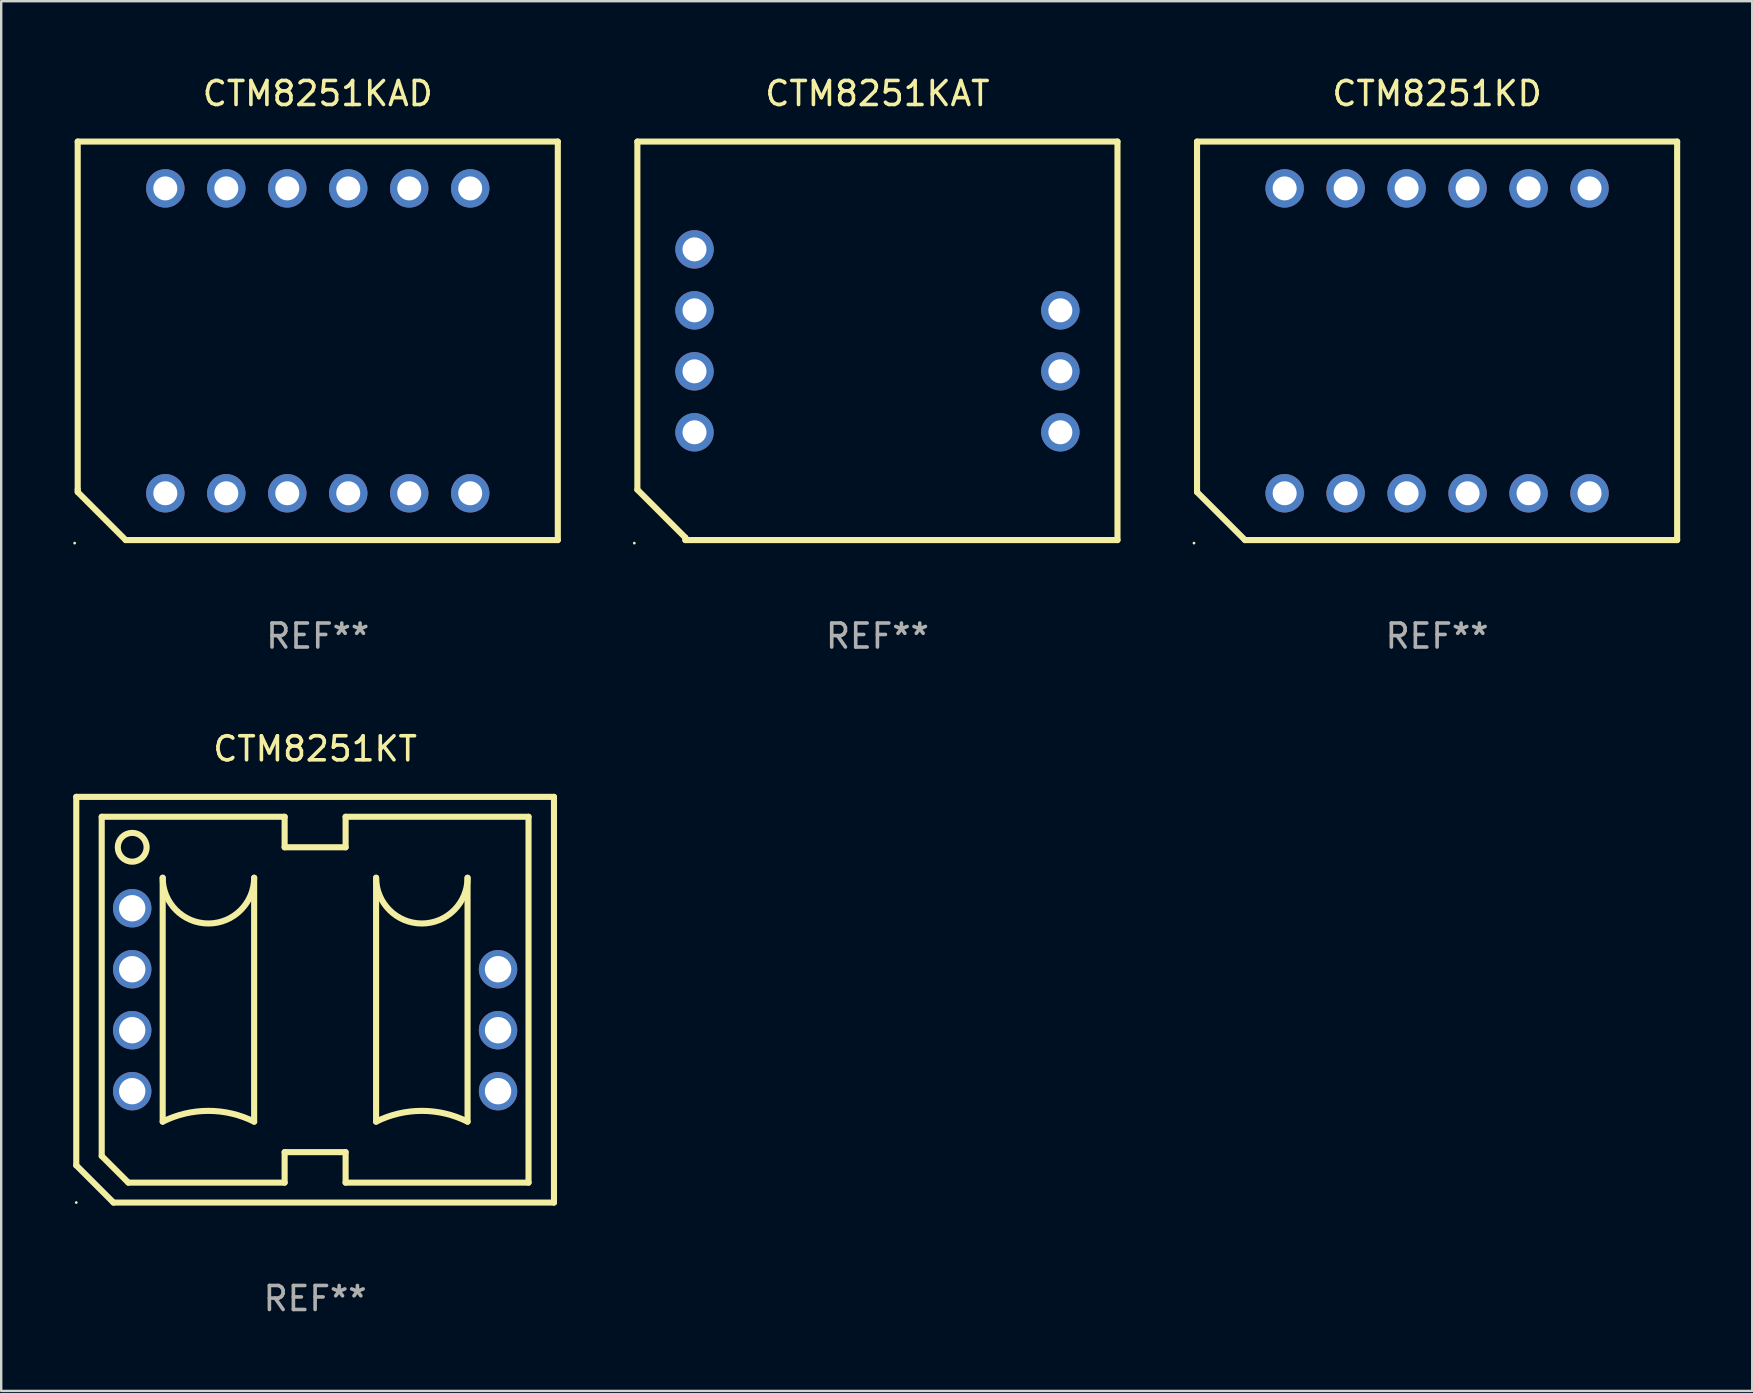
<source format=kicad_pcb>
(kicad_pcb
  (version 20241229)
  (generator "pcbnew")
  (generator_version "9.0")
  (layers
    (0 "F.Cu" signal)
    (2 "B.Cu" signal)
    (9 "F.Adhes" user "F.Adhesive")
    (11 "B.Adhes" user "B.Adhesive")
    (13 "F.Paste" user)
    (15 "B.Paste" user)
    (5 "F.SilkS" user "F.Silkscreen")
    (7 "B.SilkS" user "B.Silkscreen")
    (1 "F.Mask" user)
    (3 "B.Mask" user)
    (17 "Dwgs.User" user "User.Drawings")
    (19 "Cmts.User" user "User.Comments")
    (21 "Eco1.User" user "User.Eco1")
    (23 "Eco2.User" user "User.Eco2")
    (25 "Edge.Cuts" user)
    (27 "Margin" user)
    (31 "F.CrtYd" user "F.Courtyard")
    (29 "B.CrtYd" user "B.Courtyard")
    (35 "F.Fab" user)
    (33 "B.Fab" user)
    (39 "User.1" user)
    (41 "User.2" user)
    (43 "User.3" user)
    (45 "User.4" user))
  (footprint "CTM8251KAT"
    (layer "F.Cu")
    (at 33.501 11.148)
    (property "Reference" "CTM8251KAT" (at 0 -10.3 0) (layer "F.SilkS") (effects (font (size 1 1) (thickness 0.15))))
    (attr through_hole)
    (fp_line (start -10 -8.3) (end -10 6.2) (stroke (width 0.254) (type solid)) (layer "F.SilkS"))
    (fp_line (start -10 -8.3) (end 10 -8.3) (stroke (width 0.254) (type solid)) (layer "F.SilkS"))
    (fp_line (start -8 8.2) (end -10 6.2) (stroke (width 0.254) (type solid)) (layer "F.SilkS"))
    (fp_line (start -8 8.3) (end -8 8.2) (stroke (width 0.254) (type solid)) (layer "F.SilkS"))
    (fp_line (start -8 8.3) (end 10 8.3) (stroke (width 0.254) (type solid)) (layer "F.SilkS"))
    (fp_line (start 10 -8.3) (end 10 8.3) (stroke (width 0.254) (type solid)) (layer "F.SilkS"))
    (fp_circle (center -10.127 8.427) (end -10.097 8.427) (stroke (width 0.06) (type solid)) (fill no) (layer "F.SilkS"))
    (fp_text user "REF**" (at 0 12.3 0) (layer "F.Fab") (effects (font (size 1 1) (thickness 0.15))))
    (pad "1" thru_hole circle (at -7.62 3.81) (size 1.6 1.6) (drill 1) (layers "*.Cu" "*.Mask"))
    (pad "2" thru_hole circle (at -7.62 1.27) (size 1.6 1.6) (drill 1) (layers "*.Cu" "*.Mask"))
    (pad "3" thru_hole circle (at -7.62 -1.27) (size 1.6 1.6) (drill 1) (layers "*.Cu" "*.Mask"))
    (pad "4" thru_hole circle (at -7.62 -3.81) (size 1.6 1.6) (drill 1) (layers "*.Cu" "*.Mask"))
    (pad "6" thru_hole circle (at 7.62 -1.27) (size 1.6 1.6) (drill 1) (layers "*.Cu" "*.Mask"))
    (pad "7" thru_hole circle (at 7.62 1.27) (size 1.6 1.6) (drill 1) (layers "*.Cu" "*.Mask"))
    (pad "8" thru_hole circle (at 7.62 3.81) (size 1.6 1.6) (drill 1) (layers "*.Cu" "*.Mask")))
  (footprint "CTM8251KT"
    (layer "F.Cu")
    (at 10.077 38.595)
    (property "Reference" "CTM8251KT" (at 0 -10.45 0) (layer "F.SilkS") (effects (font (size 1 1) (thickness 0.15))))
    (attr through_hole)
    (fp_line (start -9.95 -8.45) (end -9.95 6.9) (stroke (width 0.254) (type solid)) (layer "F.SilkS"))
    (fp_line (start -9.95 -8.45) (end 9.95 -8.45) (stroke (width 0.254) (type solid)) (layer "F.SilkS"))
    (fp_line (start -9.95 6.9) (end -8.4 8.45) (stroke (width 0.254) (type solid)) (layer "F.SilkS"))
    (fp_line (start -8.89 -7.62) (end -8.89 6.51) (stroke (width 0.254) (type solid)) (layer "F.SilkS"))
    (fp_line (start -8.89 6.51) (end -7.78 7.62) (stroke (width 0.254) (type solid)) (layer "F.SilkS"))
    (fp_line (start -8.4 8.45) (end 9.95 8.45) (stroke (width 0.254) (type solid)) (layer "F.SilkS"))
    (fp_line (start -7.78 7.62) (end -1.27 7.62) (stroke (width 0.254) (type solid)) (layer "F.SilkS"))
    (fp_line (start -6.35 5.08) (end -6.35 -5.08) (stroke (width 0.254) (type solid)) (layer "F.SilkS"))
    (fp_line (start -2.54 5.08) (end -2.54 -5.08) (stroke (width 0.254) (type solid)) (layer "F.SilkS"))
    (fp_line (start -1.27 -7.62) (end -8.89 -7.62) (stroke (width 0.254) (type solid)) (layer "F.SilkS"))
    (fp_line (start -1.27 -6.35) (end -1.27 -7.62) (stroke (width 0.254) (type solid)) (layer "F.SilkS"))
    (fp_line (start -1.27 6.35) (end 1.27 6.35) (stroke (width 0.254) (type solid)) (layer "F.SilkS"))
    (fp_line (start -1.27 7.62) (end -1.27 6.35) (stroke (width 0.254) (type solid)) (layer "F.SilkS"))
    (fp_line (start 1.27 -7.62) (end 1.27 -6.35) (stroke (width 0.254) (type solid)) (layer "F.SilkS"))
    (fp_line (start 1.27 -6.35) (end -1.27 -6.35) (stroke (width 0.254) (type solid)) (layer "F.SilkS"))
    (fp_line (start 1.27 6.35) (end 1.27 7.62) (stroke (width 0.254) (type solid)) (layer "F.SilkS"))
    (fp_line (start 1.27 7.62) (end 8.89 7.62) (stroke (width 0.254) (type solid)) (layer "F.SilkS"))
    (fp_line (start 2.54 5.08) (end 2.54 -5.08) (stroke (width 0.254) (type solid)) (layer "F.SilkS"))
    (fp_line (start 6.35 5.08) (end 6.35 -5.08) (stroke (width 0.254) (type solid)) (layer "F.SilkS"))
    (fp_line (start 8.89 -7.62) (end 1.27 -7.62) (stroke (width 0.254) (type solid)) (layer "F.SilkS"))
    (fp_line (start 8.89 7.62) (end 8.89 -7.62) (stroke (width 0.254) (type solid)) (layer "F.SilkS"))
    (fp_line (start 9.95 8.45) (end 9.95 -8.45) (stroke (width 0.254) (type solid)) (layer "F.SilkS"))
    (fp_arc (start -6.350013 5.08001) (mid -4.445009 4.6303) (end -2.540005 5.08001) (stroke (width 0.254001) (type solid)) (layer "F.SilkS"))
    (fp_arc (start -2.540005 -5.08001) (mid -4.445009 -3.175006) (end -6.350013 -5.08001) (stroke (width 0.254001) (type solid)) (layer "F.SilkS"))
    (fp_arc (start 2.540005 5.08001) (mid 4.445009 4.6303) (end 6.350013 5.08001) (stroke (width 0.254001) (type solid)) (layer "F.SilkS"))
    (fp_arc (start 6.350013 -5.08001) (mid 4.445009 -3.175006) (end 2.540005 -5.08001) (stroke (width 0.254001) (type solid)) (layer "F.SilkS"))
    (fp_circle (center -9.95 8.45) (end -9.92 8.45) (stroke (width 0.06) (type solid)) (fill no) (layer "F.SilkS"))
    (fp_circle (center -7.62 -6.35) (end -7.02 -6.35) (stroke (width 0.254) (type solid)) (fill no) (layer "F.SilkS"))
    (fp_text user "REF**" (at 0 12.45 0) (layer "F.Fab") (effects (font (size 1 1) (thickness 0.15))))
    (pad "1" thru_hole circle (at -7.62 3.81) (size 1.6 1.6) (drill 1.1) (layers "*.Cu" "*.Mask"))
    (pad "2" thru_hole circle (at -7.62 1.27) (size 1.6 1.6) (drill 1.1) (layers "*.Cu" "*.Mask"))
    (pad "3" thru_hole circle (at -7.62 -1.27) (size 1.6 1.6) (drill 1.1) (layers "*.Cu" "*.Mask"))
    (pad "4" thru_hole circle (at -7.62 -3.81) (size 1.6 1.6) (drill 1.1) (layers "*.Cu" "*.Mask"))
    (pad "6" thru_hole circle (at 7.62 -1.27) (size 1.6 1.6) (drill 1.1) (layers "*.Cu" "*.Mask"))
    (pad "7" thru_hole circle (at 7.62 1.27) (size 1.6 1.6) (drill 1.1) (layers "*.Cu" "*.Mask"))
    (pad "8" thru_hole circle (at 7.62 3.81) (size 1.6 1.6) (drill 1.1) (layers "*.Cu" "*.Mask")))
  (footprint "CTM8251KAD"
    (layer "F.Cu")
    (at 10.187 11.148)
    (property "Reference" "CTM8251KAD" (at 0 -10.3 0) (layer "F.SilkS") (effects (font (size 1 1) (thickness 0.15))))
    (attr through_hole)
    (fp_line (start -10 -8.3) (end -10 6.2) (stroke (width 0.254) (type solid)) (layer "F.SilkS"))
    (fp_line (start -10 -8.3) (end 10 -8.3) (stroke (width 0.254) (type solid)) (layer "F.SilkS"))
    (fp_line (start -10 6.2) (end -10 6.3) (stroke (width 0.254) (type solid)) (layer "F.SilkS"))
    (fp_line (start -10 6.3) (end -8 8.3) (stroke (width 0.254) (type solid)) (layer "F.SilkS"))
    (fp_line (start -8 8.3) (end 10 8.3) (stroke (width 0.254) (type solid)) (layer "F.SilkS"))
    (fp_line (start 10 -8.3) (end 10 8.3) (stroke (width 0.254) (type solid)) (layer "F.SilkS"))
    (fp_circle (center -10.127 8.427) (end -10.097 8.427) (stroke (width 0.06) (type solid)) (fill no) (layer "F.SilkS"))
    (fp_text user "REF**" (at 0 12.3 0) (layer "F.Fab") (effects (font (size 1 1) (thickness 0.15))))
    (pad "1" thru_hole circle (at -6.35 6.35) (size 1.6 1.6) (drill 1) (layers "*.Cu" "*.Mask"))
    (pad "2" thru_hole circle (at -3.81 6.35) (size 1.6 1.6) (drill 1) (layers "*.Cu" "*.Mask"))
    (pad "3" thru_hole circle (at -1.27 6.35) (size 1.6 1.6) (drill 1) (layers "*.Cu" "*.Mask"))
    (pad "4" thru_hole circle (at 1.27 6.35) (size 1.6 1.6) (drill 1) (layers "*.Cu" "*.Mask"))
    (pad "5" thru_hole circle (at 3.81 6.35) (size 1.6 1.6) (drill 1) (layers "*.Cu" "*.Mask"))
    (pad "6" thru_hole circle (at 6.35 6.35) (size 1.6 1.6) (drill 1) (layers "*.Cu" "*.Mask"))
    (pad "7" thru_hole circle (at 6.35 -6.35) (size 1.6 1.6) (drill 1) (layers "*.Cu" "*.Mask"))
    (pad "8" thru_hole circle (at 3.81 -6.35) (size 1.6 1.6) (drill 1) (layers "*.Cu" "*.Mask"))
    (pad "9" thru_hole circle (at 1.27 -6.35) (size 1.6 1.6) (drill 1) (layers "*.Cu" "*.Mask"))
    (pad "10" thru_hole circle (at -1.27 -6.35) (size 1.6 1.6) (drill 1) (layers "*.Cu" "*.Mask"))
    (pad "11" thru_hole circle (at -3.81 -6.35) (size 1.6 1.6) (drill 1) (layers "*.Cu" "*.Mask"))
    (pad "12" thru_hole circle (at -6.35 -6.35) (size 1.6 1.6) (drill 1) (layers "*.Cu" "*.Mask")))
  (footprint "CTM8251KD"
    (layer "F.Cu")
    (at 56.815 11.148)
    (property "Reference" "CTM8251KD" (at 0 -10.3 0) (layer "F.SilkS") (effects (font (size 1 1) (thickness 0.15))))
    (attr through_hole)
    (fp_line (start -10 -8.3) (end -10 6.2) (stroke (width 0.254) (type solid)) (layer "F.SilkS"))
    (fp_line (start -10 -8.3) (end 10 -8.3) (stroke (width 0.254) (type solid)) (layer "F.SilkS"))
    (fp_line (start -10 6.2) (end -10 6.3) (stroke (width 0.254) (type solid)) (layer "F.SilkS"))
    (fp_line (start -10 6.3) (end -8 8.3) (stroke (width 0.254) (type solid)) (layer "F.SilkS"))
    (fp_line (start -8 8.3) (end 10 8.3) (stroke (width 0.254) (type solid)) (layer "F.SilkS"))
    (fp_line (start 10 -8.3) (end 10 8.3) (stroke (width 0.254) (type solid)) (layer "F.SilkS"))
    (fp_circle (center -10.127 8.427) (end -10.097 8.427) (stroke (width 0.06) (type solid)) (fill no) (layer "F.SilkS"))
    (fp_text user "REF**" (at 0 12.3 0) (layer "F.Fab") (effects (font (size 1 1) (thickness 0.15))))
    (pad "1" thru_hole circle (at -6.35 6.35) (size 1.6 1.6) (drill 1) (layers "*.Cu" "*.Mask"))
    (pad "2" thru_hole circle (at -3.81 6.35) (size 1.6 1.6) (drill 1) (layers "*.Cu" "*.Mask"))
    (pad "3" thru_hole circle (at -1.27 6.35) (size 1.6 1.6) (drill 1) (layers "*.Cu" "*.Mask"))
    (pad "4" thru_hole circle (at 1.27 6.35) (size 1.6 1.6) (drill 1) (layers "*.Cu" "*.Mask"))
    (pad "5" thru_hole circle (at 3.81 6.35) (size 1.6 1.6) (drill 1) (layers "*.Cu" "*.Mask"))
    (pad "6" thru_hole circle (at 6.35 6.35) (size 1.6 1.6) (drill 1) (layers "*.Cu" "*.Mask"))
    (pad "7" thru_hole circle (at 6.35 -6.35) (size 1.6 1.6) (drill 1) (layers "*.Cu" "*.Mask"))
    (pad "8" thru_hole circle (at 3.81 -6.35) (size 1.6 1.6) (drill 1) (layers "*.Cu" "*.Mask"))
    (pad "9" thru_hole circle (at 1.27 -6.35) (size 1.6 1.6) (drill 1) (layers "*.Cu" "*.Mask"))
    (pad "10" thru_hole circle (at -1.27 -6.35) (size 1.6 1.6) (drill 1) (layers "*.Cu" "*.Mask"))
    (pad "11" thru_hole circle (at -3.81 -6.35) (size 1.6 1.6) (drill 1) (layers "*.Cu" "*.Mask"))
    (pad "12" thru_hole circle (at -6.35 -6.35) (size 1.6 1.6) (drill 1) (layers "*.Cu" "*.Mask")))
  (gr_rect
    (start -3 -3)
    (end 69.942 54.893)
    (stroke (width 0.1) (type default))
    (fill no)
    (layer "Edge.Cuts")))
</source>
